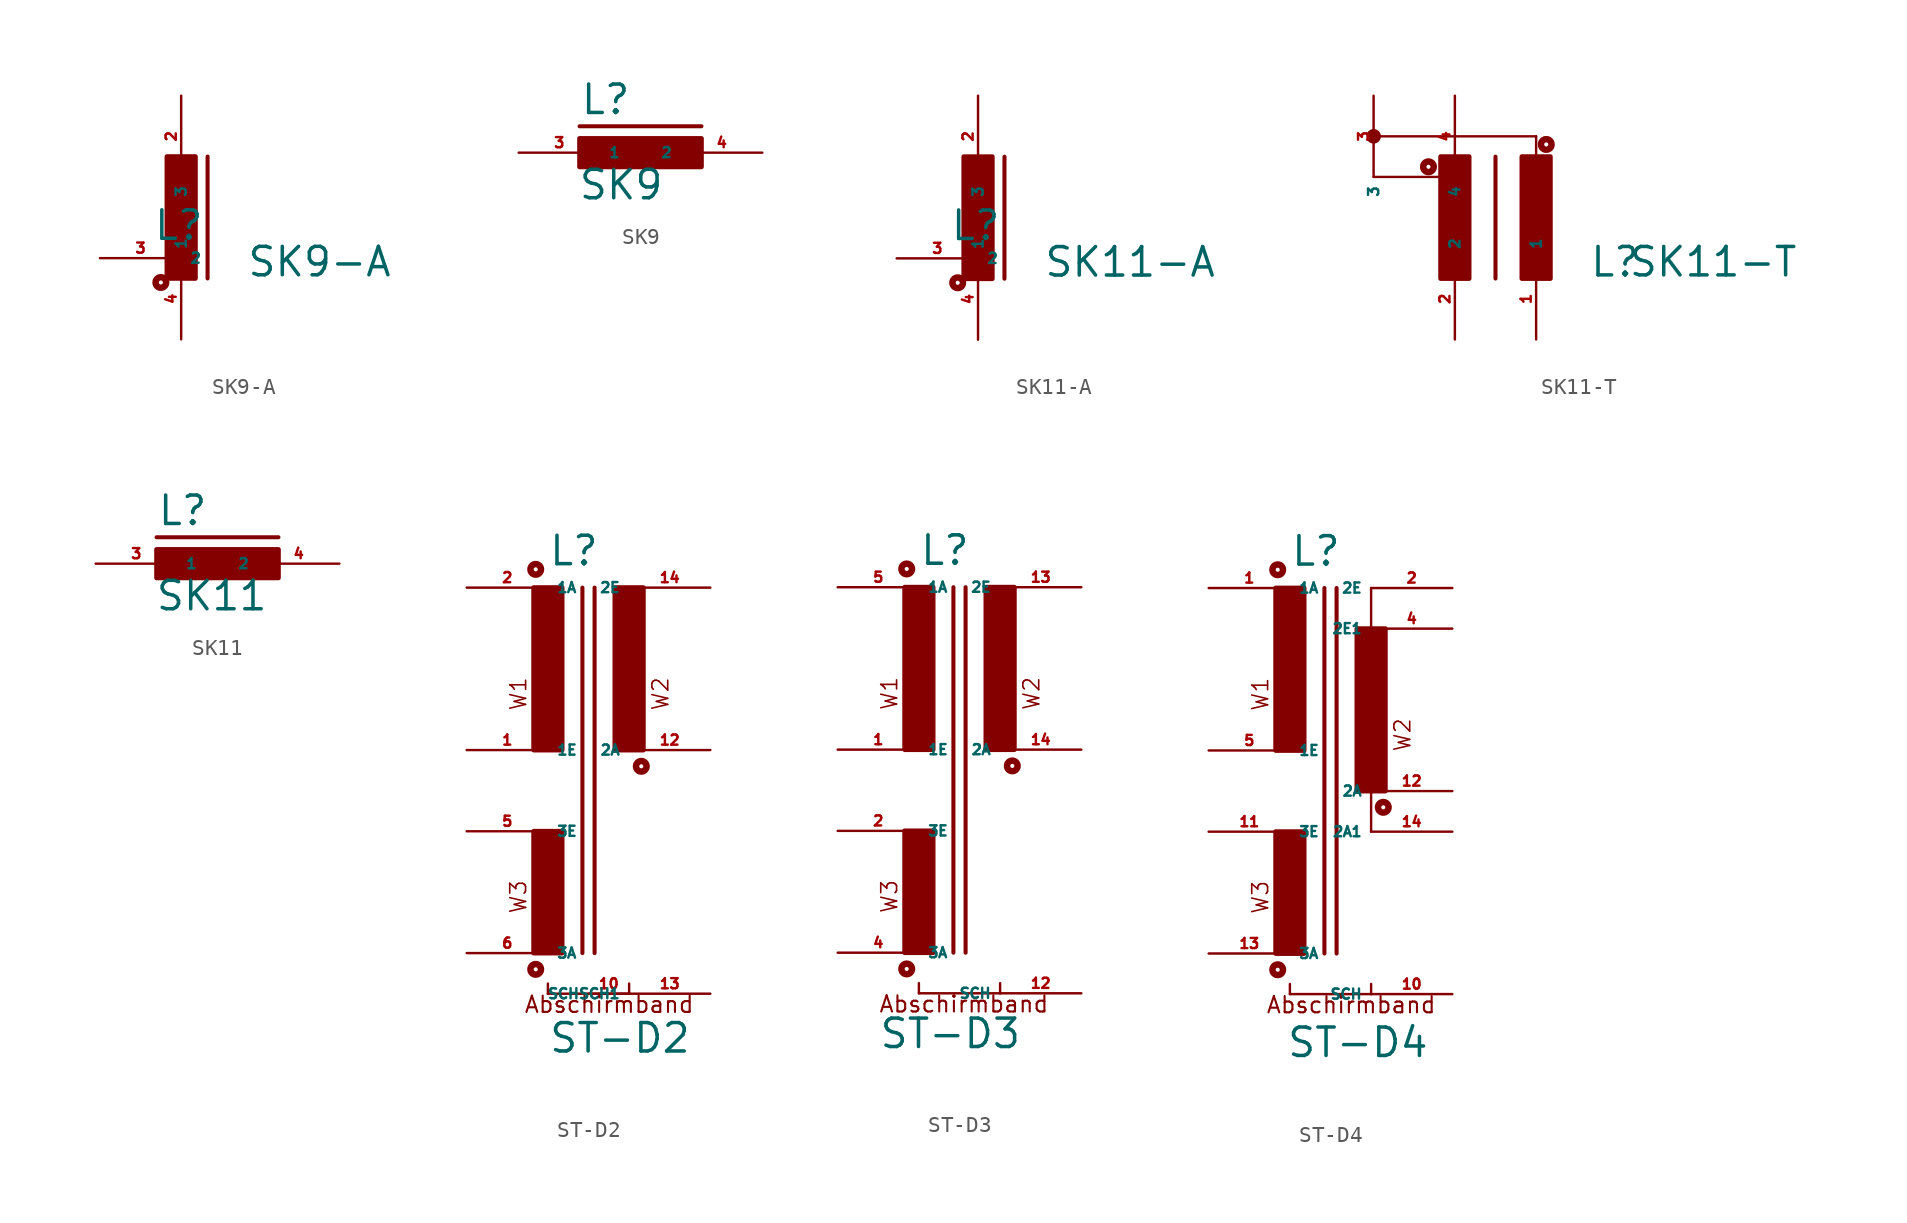
<source format=kicad_sym>
(kicad_symbol_lib
  (version 20220914)
  (generator Eagle2Kicad)
  (symbol "SK9-A"
    (property "Reference" "L"
      (at -1.778 -1.524 0)
      (effects (font (size 1.778 1.778) (thickness 0.22)) (justify left bottom)))
    (property "Value" "SK9-A"
      (at 4.064 -3.81 0)
      (effects (font (size 1.778 1.778) (thickness 0.22)) (justify left bottom)))
    (polyline
      (pts (xy 1.651 -3.81) (xy 1.651 3.81))
      (stroke (width 0.254) (type default))
      (fill (type none)))
    (circle
      (center -1.27 -4.064)
      (radius 0.127)
      (stroke (width 0.406) (type default))
      (fill (type none)))
    (rectangle
      (start -0.889 -3.81)
      (end 0.889 3.81)
      (stroke (width 0.3) (type default))
      (fill (type outline)))
    (pin passive line
      (at 0 7.62 270)
      (length 5.08)
      (name "3" (effects (font (size 0.635 0.635) (thickness 0.08)) (justify left bottom)))
      (number "2" (effects (font (size 0.635 0.635) (thickness 0.08)) (justify left bottom))))
    (pin passive line
      (at 0 -7.62 90)
      (length 5.08)
      (name "1" (effects (font (size 0.635 0.635) (thickness 0.08)) (justify left bottom)))
      (number "4" (effects (font (size 0.635 0.635) (thickness 0.08)) (justify left bottom))))
    (pin passive line
      (at -5.08 -2.54 0)
      (length 5.08)
      (name "2" (effects (font (size 0.635 0.635) (thickness 0.08)) (justify left bottom)))
      (number "3" (effects (font (size 0.635 0.635) (thickness 0.08)) (justify left bottom)))))
  (symbol "SK9"
    (property "Reference" "L"
      (at -3.81 2.286 0)
      (effects (font (size 1.778 1.778) (thickness 0.22)) (justify left bottom)))
    (property "Value" "SK9"
      (at -3.937 -3.048 0)
      (effects (font (size 1.778 1.778) (thickness 0.22)) (justify left bottom)))
    (polyline
      (pts (xy -3.81 1.651) (xy 3.81 1.651))
      (stroke (width 0.254) (type default))
      (fill (type none)))
    (rectangle
      (start -3.81 -0.889)
      (end 3.81 0.889)
      (stroke (width 0.3) (type default))
      (fill (type outline)))
    (pin passive line
      (at 7.62 0 180)
      (length 5.08)
      (name "2" (effects (font (size 0.635 0.635) (thickness 0.08)) (justify left bottom)))
      (number "4" (effects (font (size 0.635 0.635) (thickness 0.08)) (justify left bottom))))
    (pin passive line
      (at -7.62 0 0)
      (length 5.08)
      (name "1" (effects (font (size 0.635 0.635) (thickness 0.08)) (justify left bottom)))
      (number "3" (effects (font (size 0.635 0.635) (thickness 0.08)) (justify left bottom)))))
  (symbol "SK11-A"
    (property "Reference" "L"
      (at -1.778 -1.524 0)
      (effects (font (size 1.778 1.778) (thickness 0.22)) (justify left bottom)))
    (property "Value" "SK11-A"
      (at 4.064 -3.81 0)
      (effects (font (size 1.778 1.778) (thickness 0.22)) (justify left bottom)))
    (polyline
      (pts (xy 1.651 -3.81) (xy 1.651 3.81))
      (stroke (width 0.254) (type default))
      (fill (type none)))
    (circle
      (center -1.27 -4.064)
      (radius 0.127)
      (stroke (width 0.406) (type default))
      (fill (type none)))
    (rectangle
      (start -0.889 -3.81)
      (end 0.889 3.81)
      (stroke (width 0.3) (type default))
      (fill (type outline)))
    (pin passive line
      (at 0 7.62 270)
      (length 5.08)
      (name "3" (effects (font (size 0.635 0.635) (thickness 0.08)) (justify left bottom)))
      (number "2" (effects (font (size 0.635 0.635) (thickness 0.08)) (justify left bottom))))
    (pin passive line
      (at 0 -7.62 90)
      (length 5.08)
      (name "1" (effects (font (size 0.635 0.635) (thickness 0.08)) (justify left bottom)))
      (number "4" (effects (font (size 0.635 0.635) (thickness 0.08)) (justify left bottom))))
    (pin passive line
      (at -5.08 -2.54 0)
      (length 5.08)
      (name "2" (effects (font (size 0.635 0.635) (thickness 0.08)) (justify left bottom)))
      (number "3" (effects (font (size 0.635 0.635) (thickness 0.08)) (justify left bottom)))))
  (symbol "SK11-T"
    (property "Reference" "L"
      (at 5.842 -3.81 0)
      (effects (font (size 1.778 1.778) (thickness 0.22)) (justify left bottom)))
    (property "Value" "SK11-T"
      (at 8.255 -3.81 0)
      (effects (font (size 1.778 1.778) (thickness 0.22)) (justify left bottom)))
    (polyline
      (pts (xy 0 -3.81) (xy 0 3.81))
      (stroke (width 0.254) (type default))
      (fill (type none)))
    (polyline
      (pts (xy -7.62 2.54) (xy -3.175 2.54))
      (stroke (width 0.152) (type default))
      (fill (type none)))
    (polyline
      (pts (xy 2.54 5.08) (xy -7.62 5.08))
      (stroke (width 0.152) (type default))
      (fill (type none)))
    (polyline
      (pts (xy 2.54 3.81) (xy 2.54 5.08))
      (stroke (width 0.152) (type default))
      (fill (type none)))
    (circle
      (center -7.62 5.08)
      (radius 0.254)
      (stroke (width 0.406) (type default))
      (fill (type none)))
    (circle
      (center 3.175 4.572)
      (radius 0.127)
      (stroke (width 0.406) (type default))
      (fill (type none)))
    (circle
      (center -4.191 3.175)
      (radius 0.127)
      (stroke (width 0.406) (type default))
      (fill (type none)))
    (rectangle
      (start -3.429 -3.81)
      (end -1.651 3.81)
      (stroke (width 0.3) (type default))
      (fill (type outline)))
    (rectangle
      (start 1.651 -3.81)
      (end 3.429 3.81)
      (stroke (width 0.3) (type default))
      (fill (type outline)))
    (pin passive line
      (at 2.54 -7.62 90)
      (length 5.08)
      (name "1" (effects (font (size 0.635 0.635) (thickness 0.08)) (justify left bottom)))
      (number "1" (effects (font (size 0.635 0.635) (thickness 0.08)) (justify left bottom))))
    (pin passive line
      (at -2.54 7.62 270)
      (length 5.08)
      (name "4" (effects (font (size 0.635 0.635) (thickness 0.08)) (justify left bottom)))
      (number "4" (effects (font (size 0.635 0.635) (thickness 0.08)) (justify left bottom))))
    (pin passive line
      (at -2.54 -7.62 90)
      (length 5.08)
      (name "2" (effects (font (size 0.635 0.635) (thickness 0.08)) (justify left bottom)))
      (number "2" (effects (font (size 0.635 0.635) (thickness 0.08)) (justify left bottom))))
    (pin passive line
      (at -7.62 7.62 270)
      (length 5.08)
      (name "3" (effects (font (size 0.635 0.635) (thickness 0.08)) (justify left bottom)))
      (number "3" (effects (font (size 0.635 0.635) (thickness 0.08)) (justify left bottom)))))
  (symbol "SK11"
    (property "Reference" "L"
      (at -3.81 2.286 0)
      (effects (font (size 1.778 1.778) (thickness 0.22)) (justify left bottom)))
    (property "Value" "SK11"
      (at -3.937 -3.048 0)
      (effects (font (size 1.778 1.778) (thickness 0.22)) (justify left bottom)))
    (polyline
      (pts (xy -3.81 1.651) (xy 3.81 1.651))
      (stroke (width 0.254) (type default))
      (fill (type none)))
    (rectangle
      (start -3.81 -0.889)
      (end 3.81 0.889)
      (stroke (width 0.3) (type default))
      (fill (type outline)))
    (pin passive line
      (at 7.62 0 180)
      (length 5.08)
      (name "2" (effects (font (size 0.635 0.635) (thickness 0.08)) (justify left bottom)))
      (number "4" (effects (font (size 0.635 0.635) (thickness 0.08)) (justify left bottom))))
    (pin passive line
      (at -7.62 0 0)
      (length 5.08)
      (name "1" (effects (font (size 0.635 0.635) (thickness 0.08)) (justify left bottom)))
      (number "3" (effects (font (size 0.635 0.635) (thickness 0.08)) (justify left bottom)))))
  (symbol "ST-D2"
    (property "Reference" "L"
      (at -2.54 13.97 0)
      (effects (font (size 1.778 1.778) (thickness 0.22)) (justify left bottom)))
    (property "Value" "ST-D2"
      (at -2.54 -16.51 0)
      (effects (font (size 1.778 1.778) (thickness 0.22)) (justify left bottom)))
    (polyline
      (pts (xy -0.381 -10.16) (xy -0.381 12.7))
      (stroke (width 0.254) (type default))
      (fill (type none)))
    (polyline
      (pts (xy 0.381 -10.16) (xy 0.381 12.7))
      (stroke (width 0.254) (type default))
      (fill (type none)))
    (polyline
      (pts (xy 2.54 -12.7) (xy 2.54 -12.065))
      (stroke (width 0.152) (type default))
      (fill (type none)))
    (polyline
      (pts (xy 2.54 -12.7) (xy -2.54 -12.7))
      (stroke (width 0.152) (type default))
      (fill (type none)))
    (polyline
      (pts (xy -2.54 -12.7) (xy -2.54 -12.065))
      (stroke (width 0.152) (type default))
      (fill (type none)))
    (text "W1"
      (at -3.81 4.953 900)
      (effects (font (size 0.991 0.991) (thickness 0.10)) (justify left bottom)))
    (text "W2"
      (at 5.08 4.953 900)
      (effects (font (size 0.991 0.991) (thickness 0.10)) (justify left bottom)))
    (text "W3"
      (at -3.81 -7.747 900)
      (effects (font (size 0.991 0.991) (thickness 0.10)) (justify left bottom)))
    (text "Abschirmband"
      (at -4.064 -13.97 0)
      (effects (font (size 1.016 1.016) (thickness 0.13)) (justify left bottom)))
    (circle
      (center -3.302 -11.176)
      (radius 0.127)
      (stroke (width 0.406) (type default))
      (fill (type none)))
    (circle
      (center -3.302 13.843)
      (radius 0.127)
      (stroke (width 0.406) (type default))
      (fill (type none)))
    (circle
      (center 3.302 1.524)
      (radius 0.127)
      (stroke (width 0.406) (type default))
      (fill (type none)))
    (rectangle
      (start -3.429 -10.16)
      (end -1.651 -2.54)
      (stroke (width 0.3) (type default))
      (fill (type outline)))
    (rectangle
      (start -3.429 2.54)
      (end -1.651 12.7)
      (stroke (width 0.3) (type default))
      (fill (type outline)))
    (rectangle
      (start 1.651 2.54)
      (end 3.429 12.7)
      (stroke (width 0.3) (type default))
      (fill (type outline)))
    (pin passive line
      (at -7.62 2.54 0)
      (length 5.08)
      (name "1E" (effects (font (size 0.635 0.635) (thickness 0.08)) (justify left bottom)))
      (number "1" (effects (font (size 0.635 0.635) (thickness 0.08)) (justify left bottom))))
    (pin passive line
      (at -7.62 12.7 0)
      (length 5.08)
      (name "1A" (effects (font (size 0.635 0.635) (thickness 0.08)) (justify left bottom)))
      (number "2" (effects (font (size 0.635 0.635) (thickness 0.08)) (justify left bottom))))
    (pin passive line
      (at 7.62 12.7 180)
      (length 5.08)
      (name "2E" (effects (font (size 0.635 0.635) (thickness 0.08)) (justify left bottom)))
      (number "14" (effects (font (size 0.635 0.635) (thickness 0.08)) (justify left bottom))))
    (pin passive line
      (at 7.62 2.54 180)
      (length 5.08)
      (name "2A" (effects (font (size 0.635 0.635) (thickness 0.08)) (justify left bottom)))
      (number "12" (effects (font (size 0.635 0.635) (thickness 0.08)) (justify left bottom))))
    (pin passive line
      (at -7.62 -2.54 0)
      (length 5.08)
      (name "3E" (effects (font (size 0.635 0.635) (thickness 0.08)) (justify left bottom)))
      (number "5" (effects (font (size 0.635 0.635) (thickness 0.08)) (justify left bottom))))
    (pin passive line
      (at -7.62 -10.16 0)
      (length 5.08)
      (name "3A" (effects (font (size 0.635 0.635) (thickness 0.08)) (justify left bottom)))
      (number "6" (effects (font (size 0.635 0.635) (thickness 0.08)) (justify left bottom))))
    (pin passive line
      (at 2.54 -12.7 180)
      (length 2.54)
      (name "SCH" (effects (font (size 0.635 0.635) (thickness 0.08)) (justify left bottom)))
      (number "10" (effects (font (size 0.635 0.635) (thickness 0.08)) (justify left bottom))))
    (pin passive line
      (at 7.62 -12.7 180)
      (length 5.08)
      (name "SCH1" (effects (font (size 0.635 0.635) (thickness 0.08)) (justify left bottom)))
      (number "13" (effects (font (size 0.635 0.635) (thickness 0.08)) (justify left bottom)))))
  (symbol "ST-D3"
    (property "Reference" "L"
      (at -2.54 13.97 0)
      (effects (font (size 1.778 1.778) (thickness 0.22)) (justify left bottom)))
    (property "Value" "ST-D3"
      (at -5.08 -16.256 0)
      (effects (font (size 1.778 1.778) (thickness 0.22)) (justify left bottom)))
    (polyline
      (pts (xy -0.381 -10.16) (xy -0.381 12.7))
      (stroke (width 0.254) (type default))
      (fill (type none)))
    (polyline
      (pts (xy 0.381 -10.16) (xy 0.381 12.7))
      (stroke (width 0.254) (type default))
      (fill (type none)))
    (polyline
      (pts (xy 2.54 -12.7) (xy 2.54 -12.065))
      (stroke (width 0.152) (type default))
      (fill (type none)))
    (polyline
      (pts (xy 2.54 -12.7) (xy -2.54 -12.7))
      (stroke (width 0.152) (type default))
      (fill (type none)))
    (polyline
      (pts (xy -2.54 -12.7) (xy -2.54 -12.065))
      (stroke (width 0.152) (type default))
      (fill (type none)))
    (text "W1"
      (at -3.81 4.953 900)
      (effects (font (size 0.991 0.991) (thickness 0.10)) (justify left bottom)))
    (text "W2"
      (at 5.08 4.953 900)
      (effects (font (size 0.991 0.991) (thickness 0.10)) (justify left bottom)))
    (text "W3"
      (at -3.81 -7.747 900)
      (effects (font (size 0.991 0.991) (thickness 0.10)) (justify left bottom)))
    (text "Abschirmband"
      (at -5.08 -13.97 0)
      (effects (font (size 1.016 1.016) (thickness 0.13)) (justify left bottom)))
    (circle
      (center -3.302 -11.176)
      (radius 0.127)
      (stroke (width 0.406) (type default))
      (fill (type none)))
    (circle
      (center -3.302 13.843)
      (radius 0.127)
      (stroke (width 0.406) (type default))
      (fill (type none)))
    (circle
      (center 3.302 1.524)
      (radius 0.127)
      (stroke (width 0.406) (type default))
      (fill (type none)))
    (rectangle
      (start -3.429 -10.16)
      (end -1.651 -2.54)
      (stroke (width 0.3) (type default))
      (fill (type outline)))
    (rectangle
      (start -3.429 2.54)
      (end -1.651 12.7)
      (stroke (width 0.3) (type default))
      (fill (type outline)))
    (rectangle
      (start 1.651 2.54)
      (end 3.429 12.7)
      (stroke (width 0.3) (type default))
      (fill (type outline)))
    (pin passive line
      (at -7.62 2.54 0)
      (length 5.08)
      (name "1E" (effects (font (size 0.635 0.635) (thickness 0.08)) (justify left bottom)))
      (number "1" (effects (font (size 0.635 0.635) (thickness 0.08)) (justify left bottom))))
    (pin passive line
      (at -7.62 12.7 0)
      (length 5.08)
      (name "1A" (effects (font (size 0.635 0.635) (thickness 0.08)) (justify left bottom)))
      (number "5" (effects (font (size 0.635 0.635) (thickness 0.08)) (justify left bottom))))
    (pin passive line
      (at 7.62 12.7 180)
      (length 5.08)
      (name "2E" (effects (font (size 0.635 0.635) (thickness 0.08)) (justify left bottom)))
      (number "13" (effects (font (size 0.635 0.635) (thickness 0.08)) (justify left bottom))))
    (pin passive line
      (at 7.62 2.54 180)
      (length 5.08)
      (name "2A" (effects (font (size 0.635 0.635) (thickness 0.08)) (justify left bottom)))
      (number "14" (effects (font (size 0.635 0.635) (thickness 0.08)) (justify left bottom))))
    (pin passive line
      (at -7.62 -2.54 0)
      (length 5.08)
      (name "3E" (effects (font (size 0.635 0.635) (thickness 0.08)) (justify left bottom)))
      (number "2" (effects (font (size 0.635 0.635) (thickness 0.08)) (justify left bottom))))
    (pin passive line
      (at -7.62 -10.16 0)
      (length 5.08)
      (name "3A" (effects (font (size 0.635 0.635) (thickness 0.08)) (justify left bottom)))
      (number "4" (effects (font (size 0.635 0.635) (thickness 0.08)) (justify left bottom))))
    (pin passive line
      (at 7.62 -12.7 180)
      (length 5.08)
      (name "SCH" (effects (font (size 0.635 0.635) (thickness 0.08)) (justify left bottom)))
      (number "12" (effects (font (size 0.635 0.635) (thickness 0.08)) (justify left bottom)))))
  (symbol "ST-D4"
    (property "Reference" "L"
      (at -2.54 13.97 0)
      (effects (font (size 1.778 1.778) (thickness 0.22)) (justify left bottom)))
    (property "Value" "ST-D4"
      (at -2.794 -16.764 0)
      (effects (font (size 1.778 1.778) (thickness 0.22)) (justify left bottom)))
    (polyline
      (pts (xy -0.381 -10.16) (xy -0.381 12.7))
      (stroke (width 0.254) (type default))
      (fill (type none)))
    (polyline
      (pts (xy 2.54 12.7) (xy 2.54 10.16))
      (stroke (width 0.152) (type default))
      (fill (type none)))
    (polyline
      (pts (xy 2.54 -2.54) (xy 2.54 0))
      (stroke (width 0.152) (type default))
      (fill (type none)))
    (polyline
      (pts (xy 0.381 -10.16) (xy 0.381 12.7))
      (stroke (width 0.254) (type default))
      (fill (type none)))
    (polyline
      (pts (xy 2.54 -12.7) (xy 2.54 -12.065))
      (stroke (width 0.152) (type default))
      (fill (type none)))
    (polyline
      (pts (xy 2.54 -12.7) (xy -2.54 -12.7))
      (stroke (width 0.152) (type default))
      (fill (type none)))
    (polyline
      (pts (xy -2.54 -12.7) (xy -2.54 -12.065))
      (stroke (width 0.152) (type default))
      (fill (type none)))
    (text "W1"
      (at -3.81 4.953 900)
      (effects (font (size 0.991 0.991) (thickness 0.10)) (justify left bottom)))
    (text "W2"
      (at 5.08 2.413 900)
      (effects (font (size 0.991 0.991) (thickness 0.10)) (justify left bottom)))
    (text "W3"
      (at -3.81 -7.747 900)
      (effects (font (size 0.991 0.991) (thickness 0.10)) (justify left bottom)))
    (text "Abschirmband"
      (at -4.064 -13.97 0)
      (effects (font (size 1.016 1.016) (thickness 0.13)) (justify left bottom)))
    (circle
      (center -3.302 -11.176)
      (radius 0.127)
      (stroke (width 0.406) (type default))
      (fill (type none)))
    (circle
      (center -3.302 13.843)
      (radius 0.127)
      (stroke (width 0.406) (type default))
      (fill (type none)))
    (circle
      (center 3.302 -1.016)
      (radius 0.127)
      (stroke (width 0.406) (type default))
      (fill (type none)))
    (rectangle
      (start -3.429 -10.16)
      (end -1.651 -2.54)
      (stroke (width 0.3) (type default))
      (fill (type outline)))
    (rectangle
      (start -3.429 2.54)
      (end -1.651 12.7)
      (stroke (width 0.3) (type default))
      (fill (type outline)))
    (rectangle
      (start 1.651 0)
      (end 3.429 10.16)
      (stroke (width 0.3) (type default))
      (fill (type outline)))
    (pin passive line
      (at -7.62 2.54 0)
      (length 5.08)
      (name "1E" (effects (font (size 0.635 0.635) (thickness 0.08)) (justify left bottom)))
      (number "5" (effects (font (size 0.635 0.635) (thickness 0.08)) (justify left bottom))))
    (pin passive line
      (at -7.62 12.7 0)
      (length 5.08)
      (name "1A" (effects (font (size 0.635 0.635) (thickness 0.08)) (justify left bottom)))
      (number "1" (effects (font (size 0.635 0.635) (thickness 0.08)) (justify left bottom))))
    (pin passive line
      (at 7.62 12.7 180)
      (length 5.08)
      (name "2E" (effects (font (size 0.635 0.635) (thickness 0.08)) (justify left bottom)))
      (number "2" (effects (font (size 0.635 0.635) (thickness 0.08)) (justify left bottom))))
    (pin passive line
      (at 7.62 0 180)
      (length 5.08)
      (name "2A" (effects (font (size 0.635 0.635) (thickness 0.08)) (justify left bottom)))
      (number "12" (effects (font (size 0.635 0.635) (thickness 0.08)) (justify left bottom))))
    (pin passive line
      (at -7.62 -2.54 0)
      (length 5.08)
      (name "3E" (effects (font (size 0.635 0.635) (thickness 0.08)) (justify left bottom)))
      (number "11" (effects (font (size 0.635 0.635) (thickness 0.08)) (justify left bottom))))
    (pin passive line
      (at -7.62 -10.16 0)
      (length 5.08)
      (name "3A" (effects (font (size 0.635 0.635) (thickness 0.08)) (justify left bottom)))
      (number "13" (effects (font (size 0.635 0.635) (thickness 0.08)) (justify left bottom))))
    (pin passive line
      (at 7.62 -12.7 180)
      (length 5.08)
      (name "SCH" (effects (font (size 0.635 0.635) (thickness 0.08)) (justify left bottom)))
      (number "10" (effects (font (size 0.635 0.635) (thickness 0.08)) (justify left bottom))))
    (pin passive line
      (at 7.62 -2.54 180)
      (length 5.08)
      (name "2A1" (effects (font (size 0.635 0.635) (thickness 0.08)) (justify left bottom)))
      (number "14" (effects (font (size 0.635 0.635) (thickness 0.08)) (justify left bottom))))
    (pin passive line
      (at 7.62 10.16 180)
      (length 5.08)
      (name "2E1" (effects (font (size 0.635 0.635) (thickness 0.08)) (justify left bottom)))
      (number "4" (effects (font (size 0.635 0.635) (thickness 0.08)) (justify left bottom))))))
</source>
